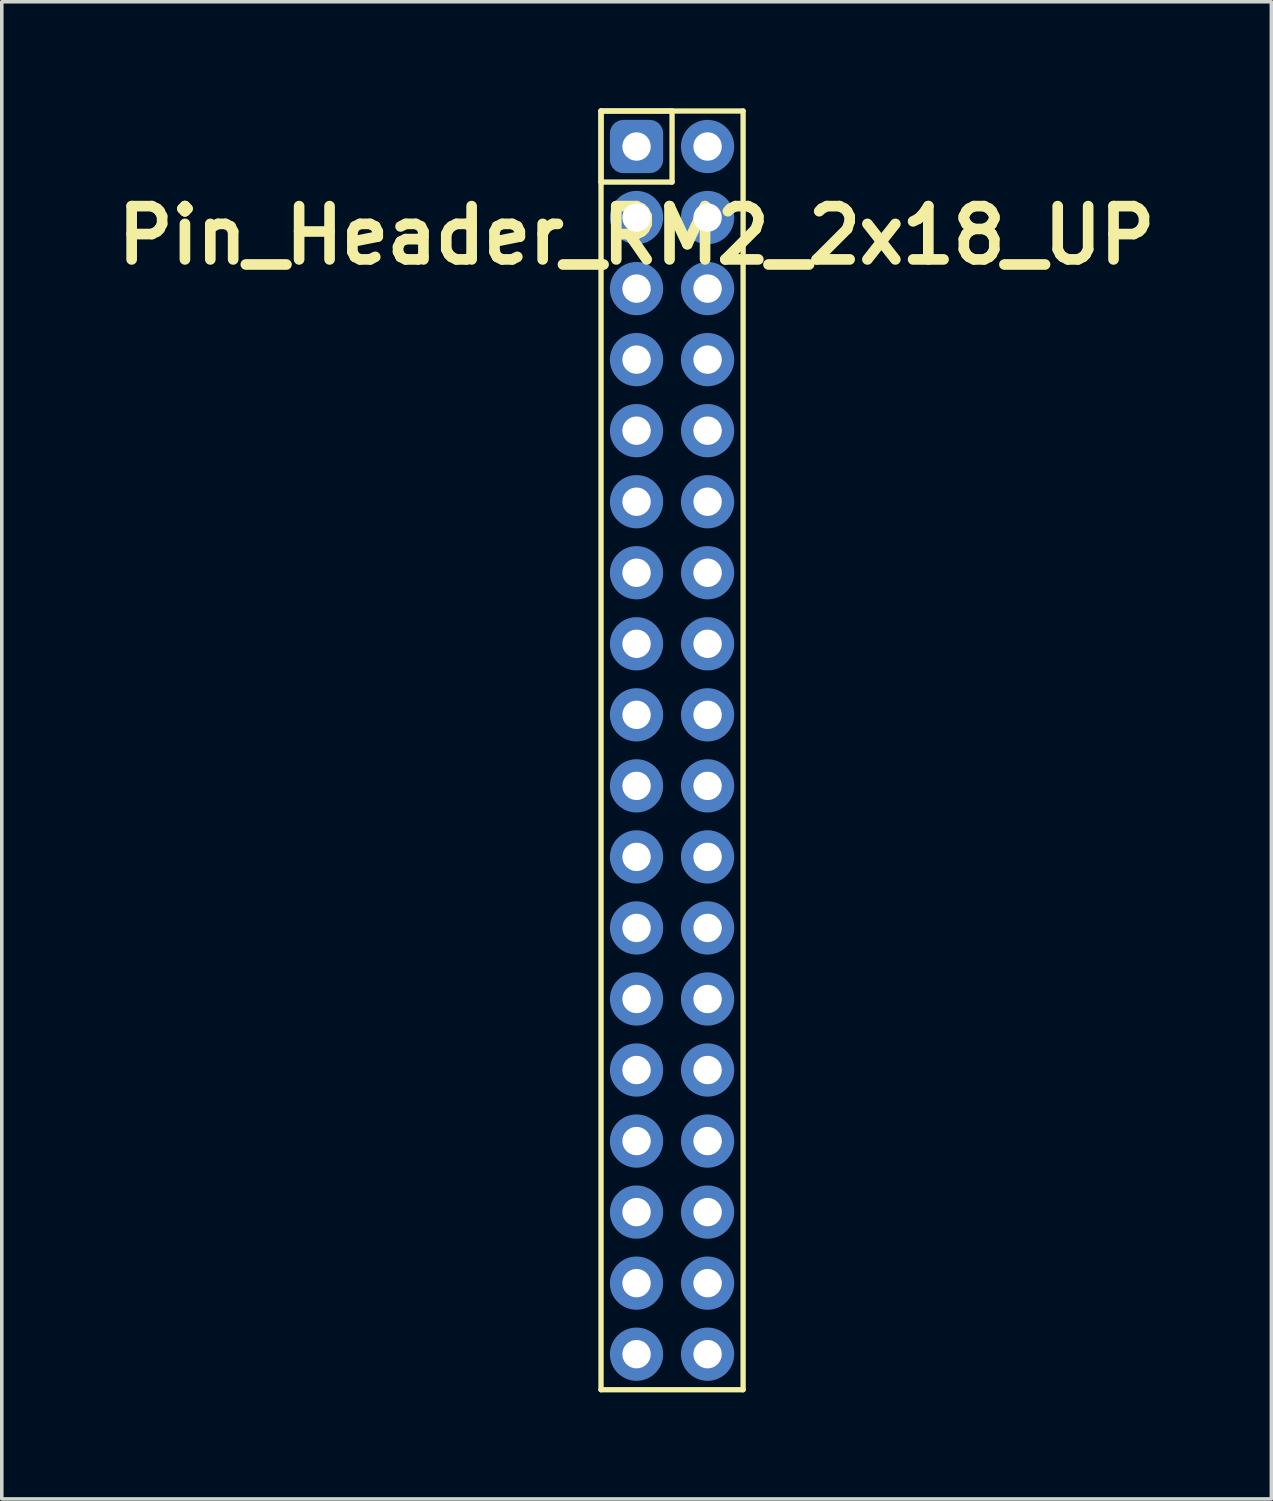
<source format=kicad_pcb>
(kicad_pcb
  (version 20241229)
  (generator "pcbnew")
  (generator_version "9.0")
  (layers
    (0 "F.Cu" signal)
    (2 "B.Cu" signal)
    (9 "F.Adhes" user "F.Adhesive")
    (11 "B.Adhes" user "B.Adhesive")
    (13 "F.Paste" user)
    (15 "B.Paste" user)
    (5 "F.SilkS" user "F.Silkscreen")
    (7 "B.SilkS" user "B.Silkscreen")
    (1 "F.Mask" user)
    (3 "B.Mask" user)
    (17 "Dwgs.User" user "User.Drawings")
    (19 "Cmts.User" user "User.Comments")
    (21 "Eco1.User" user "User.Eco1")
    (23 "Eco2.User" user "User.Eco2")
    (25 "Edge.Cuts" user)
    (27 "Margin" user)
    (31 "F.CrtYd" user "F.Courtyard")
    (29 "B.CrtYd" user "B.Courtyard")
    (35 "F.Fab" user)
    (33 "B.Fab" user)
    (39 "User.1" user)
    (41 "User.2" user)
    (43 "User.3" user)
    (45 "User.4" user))
  (footprint "Pin_Header_RM2_2x18_UP"
    (layer "F.Cu")
    (at 14.871 1.075)
    (property "Reference" "Pin_Header_RM2_2x18_UP" (at 0 2.5 0) (layer "F.SilkS") (effects (font (size 1.5 1.5) (thickness 0.3))))
    (attr through_hole)
    (fp_line (start -1 -1) (end 1 -1) (stroke (width 0.15) (type solid)) (layer "F.SilkS"))
    (fp_line (start -1 -1) (end 3 -1) (stroke (width 0.15) (type solid)) (layer "F.SilkS"))
    (fp_line (start -1 1) (end -1 -1) (stroke (width 0.15) (type solid)) (layer "F.SilkS"))
    (fp_line (start -1 35) (end -1 -1) (stroke (width 0.15) (type solid)) (layer "F.SilkS"))
    (fp_line (start 1 -1) (end 1 1) (stroke (width 0.15) (type solid)) (layer "F.SilkS"))
    (fp_line (start 1 1) (end -1 1) (stroke (width 0.15) (type solid)) (layer "F.SilkS"))
    (fp_line (start 3 -1) (end 3 35) (stroke (width 0.15) (type solid)) (layer "F.SilkS"))
    (fp_line (start 3 35) (end -1 35) (stroke (width 0.15) (type solid)) (layer "F.SilkS"))
    (pad "1" thru_hole circle (at 0 0) (size 1.1 1.1) (drill 0.8) (layers "*.Cu" "*.Mask"))
    (pad "1" smd roundrect (at 0 0) (size 1.25 1.25) (layers "F.Cu" "F.Mask") (roundrect_rratio 0.25))
    (pad "1" smd roundrect (at 0 0) (size 1.5 1.5) (layers "B.Cu" "B.Mask") (roundrect_rratio 0.25))
    (pad "2" thru_hole circle (at 2 0) (size 1.1 1.1) (drill 0.8) (layers "*.Cu" "*.Mask"))
    (pad "2" smd circle (at 2 0) (size 1.25 1.25) (layers "F.Cu" "F.Mask"))
    (pad "2" smd circle (at 2 0) (size 1.5 1.5) (layers "B.Cu" "B.Mask"))
    (pad "3" thru_hole circle (at 0 2) (size 1.1 1.1) (drill 0.8) (layers "*.Cu" "*.Mask"))
    (pad "3" smd circle (at 0 2) (size 1.25 1.25) (layers "F.Cu" "F.Mask"))
    (pad "3" smd circle (at 0 2) (size 1.5 1.5) (layers "B.Cu" "B.Mask"))
    (pad "4" thru_hole circle (at 2 2) (size 1.1 1.1) (drill 0.8) (layers "*.Cu" "*.Mask"))
    (pad "4" smd circle (at 2 2) (size 1.25 1.25) (layers "F.Cu" "F.Mask"))
    (pad "4" smd circle (at 2 2) (size 1.5 1.5) (layers "B.Cu" "B.Mask"))
    (pad "5" thru_hole circle (at 0 4) (size 1.1 1.1) (drill 0.8) (layers "*.Cu" "*.Mask"))
    (pad "5" smd circle (at 0 4) (size 1.25 1.25) (layers "F.Cu" "F.Mask"))
    (pad "5" smd circle (at 0 4) (size 1.5 1.5) (layers "B.Cu" "B.Mask"))
    (pad "6" thru_hole circle (at 2 4) (size 1.1 1.1) (drill 0.8) (layers "*.Cu" "*.Mask"))
    (pad "6" smd circle (at 2 4) (size 1.25 1.25) (layers "F.Cu" "F.Mask"))
    (pad "6" smd circle (at 2 4) (size 1.5 1.5) (layers "B.Cu" "B.Mask"))
    (pad "7" thru_hole circle (at 0 6) (size 1.1 1.1) (drill 0.8) (layers "*.Cu" "*.Mask"))
    (pad "7" smd circle (at 0 6) (size 1.25 1.25) (layers "F.Cu" "F.Mask"))
    (pad "7" smd circle (at 0 6) (size 1.5 1.5) (layers "B.Cu" "B.Mask"))
    (pad "8" thru_hole circle (at 2 6) (size 1.1 1.1) (drill 0.8) (layers "*.Cu" "*.Mask"))
    (pad "8" smd circle (at 2 6) (size 1.25 1.25) (layers "F.Cu" "F.Mask"))
    (pad "8" smd circle (at 2 6) (size 1.5 1.5) (layers "B.Cu" "B.Mask"))
    (pad "9" thru_hole circle (at 0 8) (size 1.1 1.1) (drill 0.8) (layers "*.Cu" "*.Mask"))
    (pad "9" smd circle (at 0 8) (size 1.25 1.25) (layers "F.Cu" "F.Mask"))
    (pad "9" smd circle (at 0 8) (size 1.5 1.5) (layers "B.Cu" "B.Mask"))
    (pad "10" thru_hole circle (at 2 8) (size 1.1 1.1) (drill 0.8) (layers "*.Cu" "*.Mask"))
    (pad "10" smd circle (at 2 8) (size 1.25 1.25) (layers "F.Cu" "F.Mask"))
    (pad "10" smd circle (at 2 8) (size 1.5 1.5) (layers "B.Cu" "B.Mask"))
    (pad "11" thru_hole circle (at 0 10) (size 1.1 1.1) (drill 0.8) (layers "*.Cu" "*.Mask"))
    (pad "11" smd circle (at 0 10) (size 1.25 1.25) (layers "F.Cu" "F.Mask"))
    (pad "11" smd circle (at 0 10) (size 1.5 1.5) (layers "B.Cu" "B.Mask"))
    (pad "12" thru_hole circle (at 2 10) (size 1.1 1.1) (drill 0.8) (layers "*.Cu" "*.Mask"))
    (pad "12" smd circle (at 2 10) (size 1.25 1.25) (layers "F.Cu" "F.Mask"))
    (pad "12" smd circle (at 2 10) (size 1.5 1.5) (layers "B.Cu" "B.Mask"))
    (pad "13" thru_hole circle (at 0 12) (size 1.1 1.1) (drill 0.8) (layers "*.Cu" "*.Mask"))
    (pad "13" smd circle (at 0 12) (size 1.25 1.25) (layers "F.Cu" "F.Mask"))
    (pad "13" smd circle (at 0 12) (size 1.5 1.5) (layers "B.Cu" "B.Mask"))
    (pad "14" thru_hole circle (at 2 12) (size 1.1 1.1) (drill 0.8) (layers "*.Cu" "*.Mask"))
    (pad "14" smd circle (at 2 12) (size 1.25 1.25) (layers "F.Cu" "F.Mask"))
    (pad "14" smd circle (at 2 12) (size 1.5 1.5) (layers "B.Cu" "B.Mask"))
    (pad "15" thru_hole circle (at 0 14) (size 1.1 1.1) (drill 0.8) (layers "*.Cu" "*.Mask"))
    (pad "15" smd circle (at 0 14) (size 1.25 1.25) (layers "F.Cu" "F.Mask"))
    (pad "15" smd circle (at 0 14) (size 1.5 1.5) (layers "B.Cu" "B.Mask"))
    (pad "16" thru_hole circle (at 2 14) (size 1.1 1.1) (drill 0.8) (layers "*.Cu" "*.Mask"))
    (pad "16" smd circle (at 2 14) (size 1.25 1.25) (layers "F.Cu" "F.Mask"))
    (pad "16" smd circle (at 2 14) (size 1.5 1.5) (layers "B.Cu" "B.Mask"))
    (pad "17" thru_hole circle (at 0 16) (size 1.1 1.1) (drill 0.8) (layers "*.Cu" "*.Mask"))
    (pad "17" smd circle (at 0 16) (size 1.25 1.25) (layers "F.Cu" "F.Mask"))
    (pad "17" smd circle (at 0 16) (size 1.5 1.5) (layers "B.Cu" "B.Mask"))
    (pad "18" thru_hole circle (at 2 16) (size 1.1 1.1) (drill 0.8) (layers "*.Cu" "*.Mask"))
    (pad "18" smd circle (at 2 16) (size 1.25 1.25) (layers "F.Cu" "F.Mask"))
    (pad "18" smd circle (at 2 16) (size 1.5 1.5) (layers "B.Cu" "B.Mask"))
    (pad "19" thru_hole circle (at 0 18) (size 1.1 1.1) (drill 0.8) (layers "*.Cu" "*.Mask"))
    (pad "19" smd circle (at 0 18) (size 1.25 1.25) (layers "F.Cu" "F.Mask"))
    (pad "19" smd circle (at 0 18) (size 1.5 1.5) (layers "B.Cu" "B.Mask"))
    (pad "20" thru_hole circle (at 2 18) (size 1.1 1.1) (drill 0.8) (layers "*.Cu" "*.Mask"))
    (pad "20" smd circle (at 2 18) (size 1.25 1.25) (layers "F.Cu" "F.Mask"))
    (pad "20" smd circle (at 2 18) (size 1.5 1.5) (layers "B.Cu" "B.Mask"))
    (pad "21" thru_hole circle (at 0 20) (size 1.1 1.1) (drill 0.8) (layers "*.Cu" "*.Mask"))
    (pad "21" smd circle (at 0 20) (size 1.25 1.25) (layers "F.Cu" "F.Mask"))
    (pad "21" smd circle (at 0 20) (size 1.5 1.5) (layers "B.Cu" "B.Mask"))
    (pad "22" thru_hole circle (at 2 20) (size 1.1 1.1) (drill 0.8) (layers "*.Cu" "*.Mask"))
    (pad "22" smd circle (at 2 20) (size 1.25 1.25) (layers "F.Cu" "F.Mask"))
    (pad "22" smd circle (at 2 20) (size 1.5 1.5) (layers "B.Cu" "B.Mask"))
    (pad "23" thru_hole circle (at 0 22) (size 1.1 1.1) (drill 0.8) (layers "*.Cu" "*.Mask"))
    (pad "23" smd circle (at 0 22) (size 1.25 1.25) (layers "F.Cu" "F.Mask"))
    (pad "23" smd circle (at 0 22) (size 1.5 1.5) (layers "B.Cu" "B.Mask"))
    (pad "24" thru_hole circle (at 2 22) (size 1.1 1.1) (drill 0.8) (layers "*.Cu" "*.Mask"))
    (pad "24" smd circle (at 2 22) (size 1.25 1.25) (layers "F.Cu" "F.Mask"))
    (pad "24" smd circle (at 2 22) (size 1.5 1.5) (layers "B.Cu" "B.Mask"))
    (pad "25" thru_hole circle (at 0 24) (size 1.1 1.1) (drill 0.8) (layers "*.Cu" "*.Mask"))
    (pad "25" smd circle (at 0 24) (size 1.25 1.25) (layers "F.Cu" "F.Mask"))
    (pad "25" smd circle (at 0 24) (size 1.5 1.5) (layers "B.Cu" "B.Mask"))
    (pad "26" thru_hole circle (at 2 24) (size 1.1 1.1) (drill 0.8) (layers "*.Cu" "*.Mask"))
    (pad "26" smd circle (at 2 24) (size 1.25 1.25) (layers "F.Cu" "F.Mask"))
    (pad "26" smd circle (at 2 24) (size 1.5 1.5) (layers "B.Cu" "B.Mask"))
    (pad "27" thru_hole circle (at 0 26) (size 1.1 1.1) (drill 0.8) (layers "*.Cu" "*.Mask"))
    (pad "27" smd circle (at 0 26) (size 1.25 1.25) (layers "F.Cu" "F.Mask"))
    (pad "27" smd circle (at 0 26) (size 1.5 1.5) (layers "B.Cu" "B.Mask"))
    (pad "28" thru_hole circle (at 2 26) (size 1.1 1.1) (drill 0.8) (layers "*.Cu" "*.Mask"))
    (pad "28" smd circle (at 2 26) (size 1.25 1.25) (layers "F.Cu" "F.Mask"))
    (pad "28" smd circle (at 2 26) (size 1.5 1.5) (layers "B.Cu" "B.Mask"))
    (pad "29" thru_hole circle (at 0 28) (size 1.1 1.1) (drill 0.8) (layers "*.Cu" "*.Mask"))
    (pad "29" smd circle (at 0 28) (size 1.25 1.25) (layers "F.Cu" "F.Mask"))
    (pad "29" smd circle (at 0 28) (size 1.5 1.5) (layers "B.Cu" "B.Mask"))
    (pad "30" thru_hole circle (at 2 28) (size 1.1 1.1) (drill 0.8) (layers "*.Cu" "*.Mask"))
    (pad "30" smd circle (at 2 28) (size 1.25 1.25) (layers "F.Cu" "F.Mask"))
    (pad "30" smd circle (at 2 28) (size 1.5 1.5) (layers "B.Cu" "B.Mask"))
    (pad "31" thru_hole circle (at 0 30) (size 1.1 1.1) (drill 0.8) (layers "*.Cu" "*.Mask"))
    (pad "31" smd circle (at 0 30) (size 1.25 1.25) (layers "F.Cu" "F.Mask"))
    (pad "31" smd circle (at 0 30) (size 1.5 1.5) (layers "B.Cu" "B.Mask"))
    (pad "32" thru_hole circle (at 2 30) (size 1.1 1.1) (drill 0.8) (layers "*.Cu" "*.Mask"))
    (pad "32" smd circle (at 2 30) (size 1.25 1.25) (layers "F.Cu" "F.Mask"))
    (pad "32" smd circle (at 2 30) (size 1.5 1.5) (layers "B.Cu" "B.Mask"))
    (pad "33" thru_hole circle (at 0 32) (size 1.1 1.1) (drill 0.8) (layers "*.Cu" "*.Mask"))
    (pad "33" smd circle (at 0 32) (size 1.25 1.25) (layers "F.Cu" "F.Mask"))
    (pad "33" smd circle (at 0 32) (size 1.5 1.5) (layers "B.Cu" "B.Mask"))
    (pad "34" thru_hole circle (at 2 32) (size 1.1 1.1) (drill 0.8) (layers "*.Cu" "*.Mask"))
    (pad "34" smd circle (at 2 32) (size 1.25 1.25) (layers "F.Cu" "F.Mask"))
    (pad "34" smd circle (at 2 32) (size 1.5 1.5) (layers "B.Cu" "B.Mask"))
    (pad "35" thru_hole circle (at 0 34) (size 1.1 1.1) (drill 0.8) (layers "*.Cu" "*.Mask"))
    (pad "35" smd circle (at 0 34) (size 1.25 1.25) (layers "F.Cu" "F.Mask"))
    (pad "35" smd circle (at 0 34) (size 1.5 1.5) (layers "B.Cu" "B.Mask"))
    (pad "36" thru_hole circle (at 2 34) (size 1.1 1.1) (drill 0.8) (layers "*.Cu" "*.Mask"))
    (pad "36" smd circle (at 2 34) (size 1.25 1.25) (layers "F.Cu" "F.Mask"))
    (pad "36" smd circle (at 2 34) (size 1.5 1.5) (layers "B.Cu" "B.Mask")))
  (gr_rect
    (start -3 -3)
    (end 32.743 39.15)
    (stroke (width 0.1) (type default))
    (fill no)
    (layer "Edge.Cuts")))
</source>
